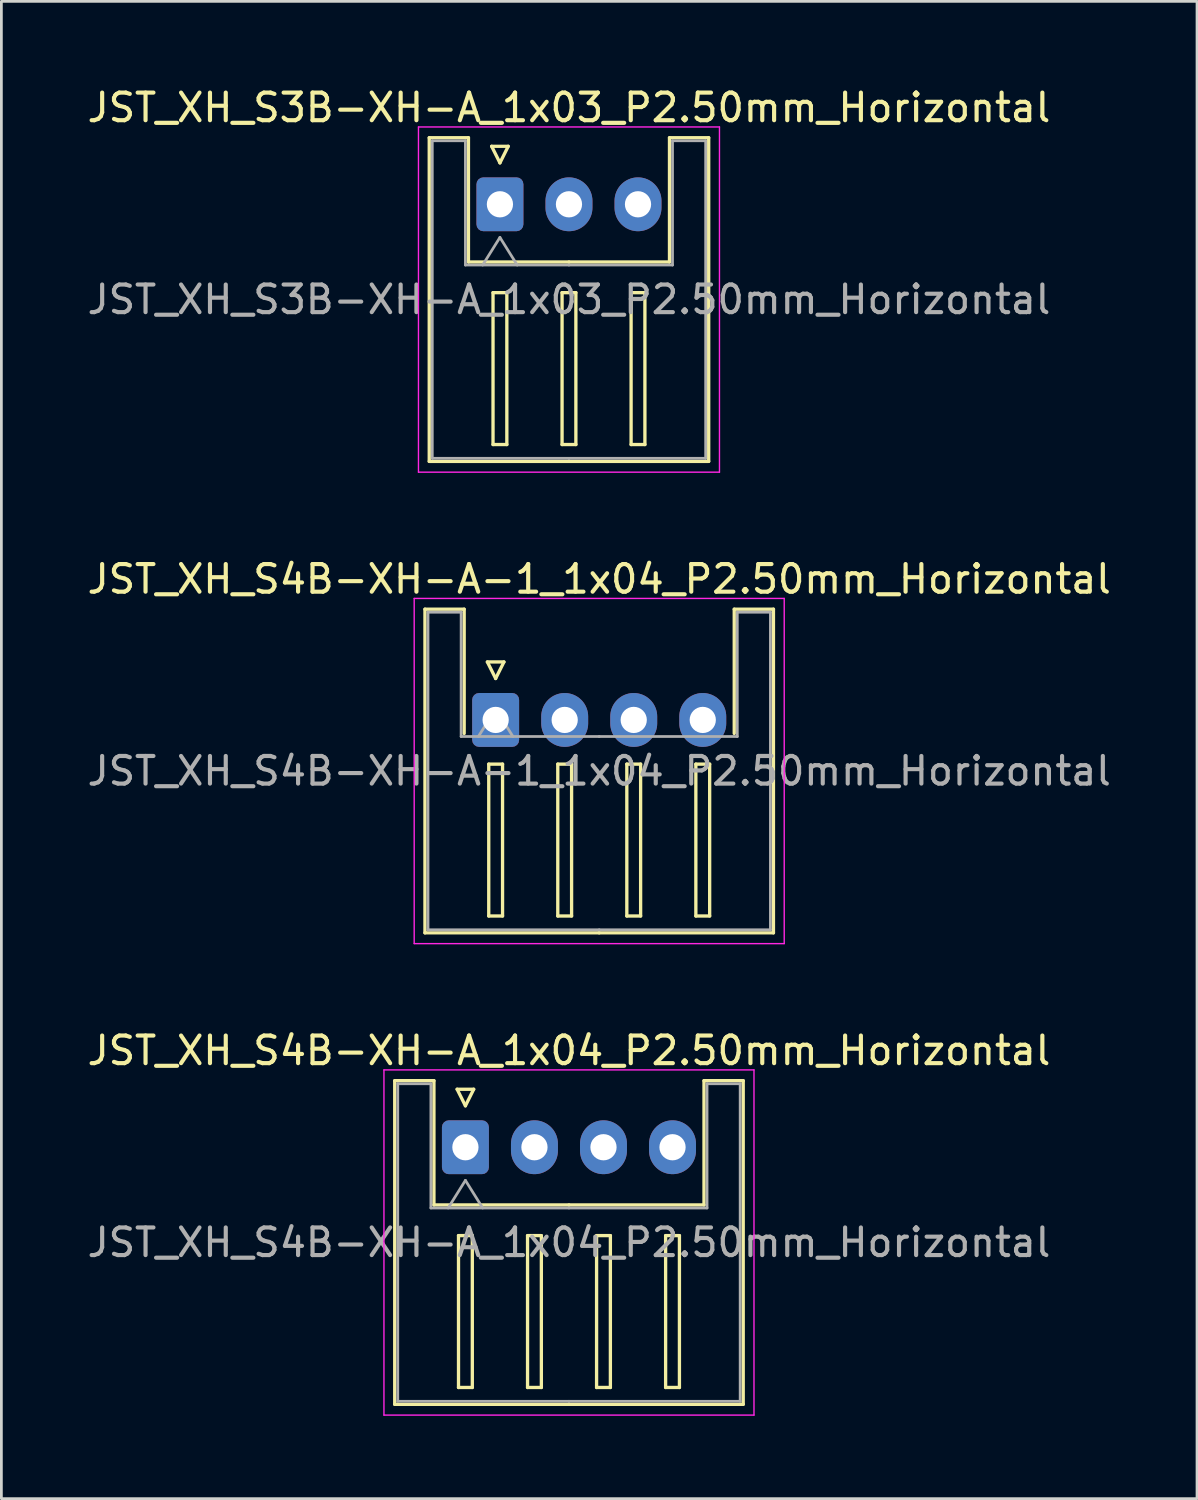
<source format=kicad_pcb>
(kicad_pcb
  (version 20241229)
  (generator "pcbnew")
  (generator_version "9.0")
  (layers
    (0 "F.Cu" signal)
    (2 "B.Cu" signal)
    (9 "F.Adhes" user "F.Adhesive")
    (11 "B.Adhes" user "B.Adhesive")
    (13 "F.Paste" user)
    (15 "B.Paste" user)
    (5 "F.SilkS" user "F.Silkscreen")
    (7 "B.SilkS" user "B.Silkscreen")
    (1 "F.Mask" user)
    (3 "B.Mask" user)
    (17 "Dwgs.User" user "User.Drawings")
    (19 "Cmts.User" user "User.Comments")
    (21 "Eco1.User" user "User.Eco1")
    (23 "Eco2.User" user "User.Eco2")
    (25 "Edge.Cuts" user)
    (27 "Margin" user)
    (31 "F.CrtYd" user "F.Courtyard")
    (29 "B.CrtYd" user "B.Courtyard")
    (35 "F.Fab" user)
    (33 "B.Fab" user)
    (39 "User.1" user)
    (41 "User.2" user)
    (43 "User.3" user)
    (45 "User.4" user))
  (footprint "JST_XH_S3B-XH-A_1x03_P2.50mm_Horizontal"
    (layer "F.Cu")
    (at 15.054 4.348)
    (property "Reference" "JST_XH_S3B-XH-A_1x03_P2.50mm_Horizontal" (at 2.5 -3.5 0) (layer "F.SilkS") (effects (font (size 1 1) (thickness 0.15))))
    (attr through_hole)
    (fp_line (start -2.56 -2.41) (end -1.14 -2.41) (stroke (width 0.12) (type solid)) (layer "F.SilkS"))
    (fp_line (start -2.56 9.31) (end -2.56 -2.41) (stroke (width 0.12) (type solid)) (layer "F.SilkS"))
    (fp_line (start -1.14 -2.41) (end -1.14 2.09) (stroke (width 0.12) (type solid)) (layer "F.SilkS"))
    (fp_line (start -1.14 2.09) (end 2.5 2.09) (stroke (width 0.12) (type solid)) (layer "F.SilkS"))
    (fp_line (start -0.3 -2.1) (end 0.3 -2.1) (stroke (width 0.12) (type solid)) (layer "F.SilkS"))
    (fp_line (start -0.25 3.2) (end -0.25 8.7) (stroke (width 0.12) (type solid)) (layer "F.SilkS"))
    (fp_line (start -0.25 8.7) (end 0.25 8.7) (stroke (width 0.12) (type solid)) (layer "F.SilkS"))
    (fp_line (start 0 -1.5) (end -0.3 -2.1) (stroke (width 0.12) (type solid)) (layer "F.SilkS"))
    (fp_line (start 0.25 3.2) (end -0.25 3.2) (stroke (width 0.12) (type solid)) (layer "F.SilkS"))
    (fp_line (start 0.25 8.7) (end 0.25 3.2) (stroke (width 0.12) (type solid)) (layer "F.SilkS"))
    (fp_line (start 0.3 -2.1) (end 0 -1.5) (stroke (width 0.12) (type solid)) (layer "F.SilkS"))
    (fp_line (start 2.25 3.2) (end 2.25 8.7) (stroke (width 0.12) (type solid)) (layer "F.SilkS"))
    (fp_line (start 2.25 8.7) (end 2.75 8.7) (stroke (width 0.12) (type solid)) (layer "F.SilkS"))
    (fp_line (start 2.5 9.31) (end -2.56 9.31) (stroke (width 0.12) (type solid)) (layer "F.SilkS"))
    (fp_line (start 2.5 9.31) (end 7.56 9.31) (stroke (width 0.12) (type solid)) (layer "F.SilkS"))
    (fp_line (start 2.75 3.2) (end 2.25 3.2) (stroke (width 0.12) (type solid)) (layer "F.SilkS"))
    (fp_line (start 2.75 8.7) (end 2.75 3.2) (stroke (width 0.12) (type solid)) (layer "F.SilkS"))
    (fp_line (start 4.75 3.2) (end 4.75 8.7) (stroke (width 0.12) (type solid)) (layer "F.SilkS"))
    (fp_line (start 4.75 8.7) (end 5.25 8.7) (stroke (width 0.12) (type solid)) (layer "F.SilkS"))
    (fp_line (start 5.25 3.2) (end 4.75 3.2) (stroke (width 0.12) (type solid)) (layer "F.SilkS"))
    (fp_line (start 5.25 8.7) (end 5.25 3.2) (stroke (width 0.12) (type solid)) (layer "F.SilkS"))
    (fp_line (start 6.14 -2.41) (end 6.14 2.09) (stroke (width 0.12) (type solid)) (layer "F.SilkS"))
    (fp_line (start 6.14 2.09) (end 2.5 2.09) (stroke (width 0.12) (type solid)) (layer "F.SilkS"))
    (fp_line (start 7.56 -2.41) (end 6.14 -2.41) (stroke (width 0.12) (type solid)) (layer "F.SilkS"))
    (fp_line (start 7.56 9.31) (end 7.56 -2.41) (stroke (width 0.12) (type solid)) (layer "F.SilkS"))
    (fp_line (start -2.95 -2.8) (end -2.95 9.7) (stroke (width 0.05) (type solid)) (layer "F.CrtYd"))
    (fp_line (start -2.95 9.7) (end 7.95 9.7) (stroke (width 0.05) (type solid)) (layer "F.CrtYd"))
    (fp_line (start 7.95 -2.8) (end -2.95 -2.8) (stroke (width 0.05) (type solid)) (layer "F.CrtYd"))
    (fp_line (start 7.95 9.7) (end 7.95 -2.8) (stroke (width 0.05) (type solid)) (layer "F.CrtYd"))
    (fp_line (start -2.45 -2.3) (end -1.25 -2.3) (stroke (width 0.1) (type solid)) (layer "F.Fab"))
    (fp_line (start -2.45 9.2) (end -2.45 -2.3) (stroke (width 0.1) (type solid)) (layer "F.Fab"))
    (fp_line (start -1.25 -2.3) (end -1.25 2.2) (stroke (width 0.1) (type solid)) (layer "F.Fab"))
    (fp_line (start -1.25 2.2) (end 2.5 2.2) (stroke (width 0.1) (type solid)) (layer "F.Fab"))
    (fp_line (start -0.625 2.2) (end 0 1.2) (stroke (width 0.1) (type solid)) (layer "F.Fab"))
    (fp_line (start 0 1.2) (end 0.625 2.2) (stroke (width 0.1) (type solid)) (layer "F.Fab"))
    (fp_line (start 2.5 9.2) (end -2.45 9.2) (stroke (width 0.1) (type solid)) (layer "F.Fab"))
    (fp_line (start 2.5 9.2) (end 7.45 9.2) (stroke (width 0.1) (type solid)) (layer "F.Fab"))
    (fp_line (start 6.25 -2.3) (end 6.25 2.2) (stroke (width 0.1) (type solid)) (layer "F.Fab"))
    (fp_line (start 6.25 2.2) (end 2.5 2.2) (stroke (width 0.1) (type solid)) (layer "F.Fab"))
    (fp_line (start 7.45 -2.3) (end 6.25 -2.3) (stroke (width 0.1) (type solid)) (layer "F.Fab"))
    (fp_line (start 7.45 9.2) (end 7.45 -2.3) (stroke (width 0.1) (type solid)) (layer "F.Fab"))
    (fp_text user "${REFERENCE}" (at 2.5 3.45 0) (layer "F.Fab") (effects (font (size 1 1) (thickness 0.15))))
    (pad "1" thru_hole roundrect (at 0 0) (size 1.7 1.95) (drill 0.95) (layers "*.Cu" "*.Mask") (roundrect_rratio 0.147))
    (pad "2" thru_hole oval (at 2.5 0) (size 1.7 1.95) (drill 0.95) (layers "*.Cu" "*.Mask"))
    (pad "3" thru_hole oval (at 5 0) (size 1.7 1.95) (drill 0.95) (layers "*.Cu" "*.Mask")))
  (footprint "JST_XH_S4B-XH-A-1_1x04_P2.50mm_Horizontal"
    (layer "F.Cu")
    (at 14.899 23.021)
    (property "Reference" "JST_XH_S4B-XH-A-1_1x04_P2.50mm_Horizontal" (at 3.75 -5.1 0) (layer "F.SilkS") (effects (font (size 1 1) (thickness 0.15))))
    (attr through_hole)
    (fp_line (start -2.56 -4.01) (end -1.14 -4.01) (stroke (width 0.12) (type solid)) (layer "F.SilkS"))
    (fp_line (start -2.56 7.71) (end -2.56 -4.01) (stroke (width 0.12) (type solid)) (layer "F.SilkS"))
    (fp_line (start -1.14 -4.01) (end -1.14 0.49) (stroke (width 0.12) (type solid)) (layer "F.SilkS"))
    (fp_line (start -0.3 -2.1) (end 0.3 -2.1) (stroke (width 0.12) (type solid)) (layer "F.SilkS"))
    (fp_line (start -0.25 1.6) (end -0.25 7.1) (stroke (width 0.12) (type solid)) (layer "F.SilkS"))
    (fp_line (start -0.25 7.1) (end 0.25 7.1) (stroke (width 0.12) (type solid)) (layer "F.SilkS"))
    (fp_line (start 0 -1.5) (end -0.3 -2.1) (stroke (width 0.12) (type solid)) (layer "F.SilkS"))
    (fp_line (start 0.25 1.6) (end -0.25 1.6) (stroke (width 0.12) (type solid)) (layer "F.SilkS"))
    (fp_line (start 0.25 7.1) (end 0.25 1.6) (stroke (width 0.12) (type solid)) (layer "F.SilkS"))
    (fp_line (start 0.3 -2.1) (end 0 -1.5) (stroke (width 0.12) (type solid)) (layer "F.SilkS"))
    (fp_line (start 2.25 1.6) (end 2.25 7.1) (stroke (width 0.12) (type solid)) (layer "F.SilkS"))
    (fp_line (start 2.25 7.1) (end 2.75 7.1) (stroke (width 0.12) (type solid)) (layer "F.SilkS"))
    (fp_line (start 2.75 1.6) (end 2.25 1.6) (stroke (width 0.12) (type solid)) (layer "F.SilkS"))
    (fp_line (start 2.75 7.1) (end 2.75 1.6) (stroke (width 0.12) (type solid)) (layer "F.SilkS"))
    (fp_line (start 3.75 7.71) (end -2.56 7.71) (stroke (width 0.12) (type solid)) (layer "F.SilkS"))
    (fp_line (start 3.75 7.71) (end 10.06 7.71) (stroke (width 0.12) (type solid)) (layer "F.SilkS"))
    (fp_line (start 4.75 1.6) (end 4.75 7.1) (stroke (width 0.12) (type solid)) (layer "F.SilkS"))
    (fp_line (start 4.75 7.1) (end 5.25 7.1) (stroke (width 0.12) (type solid)) (layer "F.SilkS"))
    (fp_line (start 5.25 1.6) (end 4.75 1.6) (stroke (width 0.12) (type solid)) (layer "F.SilkS"))
    (fp_line (start 5.25 7.1) (end 5.25 1.6) (stroke (width 0.12) (type solid)) (layer "F.SilkS"))
    (fp_line (start 7.25 1.6) (end 7.25 7.1) (stroke (width 0.12) (type solid)) (layer "F.SilkS"))
    (fp_line (start 7.25 7.1) (end 7.75 7.1) (stroke (width 0.12) (type solid)) (layer "F.SilkS"))
    (fp_line (start 7.75 1.6) (end 7.25 1.6) (stroke (width 0.12) (type solid)) (layer "F.SilkS"))
    (fp_line (start 7.75 7.1) (end 7.75 1.6) (stroke (width 0.12) (type solid)) (layer "F.SilkS"))
    (fp_line (start 8.64 -4.01) (end 8.64 0.49) (stroke (width 0.12) (type solid)) (layer "F.SilkS"))
    (fp_line (start 10.06 -4.01) (end 8.64 -4.01) (stroke (width 0.12) (type solid)) (layer "F.SilkS"))
    (fp_line (start 10.06 7.71) (end 10.06 -4.01) (stroke (width 0.12) (type solid)) (layer "F.SilkS"))
    (fp_line (start -2.95 -4.4) (end -2.95 8.1) (stroke (width 0.05) (type solid)) (layer "F.CrtYd"))
    (fp_line (start -2.95 8.1) (end 10.45 8.1) (stroke (width 0.05) (type solid)) (layer "F.CrtYd"))
    (fp_line (start 10.45 -4.4) (end -2.95 -4.4) (stroke (width 0.05) (type solid)) (layer "F.CrtYd"))
    (fp_line (start 10.45 8.1) (end 10.45 -4.4) (stroke (width 0.05) (type solid)) (layer "F.CrtYd"))
    (fp_line (start -2.45 -3.9) (end -1.25 -3.9) (stroke (width 0.1) (type solid)) (layer "F.Fab"))
    (fp_line (start -2.45 7.6) (end -2.45 -3.9) (stroke (width 0.1) (type solid)) (layer "F.Fab"))
    (fp_line (start -1.25 -3.9) (end -1.25 0.6) (stroke (width 0.1) (type solid)) (layer "F.Fab"))
    (fp_line (start -1.25 0.6) (end 3.75 0.6) (stroke (width 0.1) (type solid)) (layer "F.Fab"))
    (fp_line (start -0.625 0.6) (end 0 -0.4) (stroke (width 0.1) (type solid)) (layer "F.Fab"))
    (fp_line (start 0 -0.4) (end 0.625 0.6) (stroke (width 0.1) (type solid)) (layer "F.Fab"))
    (fp_line (start 3.75 7.6) (end -2.45 7.6) (stroke (width 0.1) (type solid)) (layer "F.Fab"))
    (fp_line (start 3.75 7.6) (end 9.95 7.6) (stroke (width 0.1) (type solid)) (layer "F.Fab"))
    (fp_line (start 8.75 -3.9) (end 8.75 0.6) (stroke (width 0.1) (type solid)) (layer "F.Fab"))
    (fp_line (start 8.75 0.6) (end 3.75 0.6) (stroke (width 0.1) (type solid)) (layer "F.Fab"))
    (fp_line (start 9.95 -3.9) (end 8.75 -3.9) (stroke (width 0.1) (type solid)) (layer "F.Fab"))
    (fp_line (start 9.95 7.6) (end 9.95 -3.9) (stroke (width 0.1) (type solid)) (layer "F.Fab"))
    (fp_text user "${REFERENCE}" (at 3.75 1.85 0) (layer "F.Fab") (effects (font (size 1 1) (thickness 0.15))))
    (pad "1" thru_hole roundrect (at 0 0) (size 1.7 1.95) (drill 0.95) (layers "*.Cu" "*.Mask") (roundrect_rratio 0.147))
    (pad "2" thru_hole oval (at 2.5 0) (size 1.7 1.95) (drill 0.95) (layers "*.Cu" "*.Mask"))
    (pad "3" thru_hole oval (at 5 0) (size 1.7 1.95) (drill 0.95) (layers "*.Cu" "*.Mask"))
    (pad "4" thru_hole oval (at 7.5 0) (size 1.7 1.95) (drill 0.95) (layers "*.Cu" "*.Mask")))
  (footprint "JST_XH_S4B-XH-A_1x04_P2.50mm_Horizontal"
    (layer "F.Cu")
    (at 13.804 38.495)
    (property "Reference" "JST_XH_S4B-XH-A_1x04_P2.50mm_Horizontal" (at 3.75 -3.5 0) (layer "F.SilkS") (effects (font (size 1 1) (thickness 0.15))))
    (attr through_hole)
    (fp_line (start -2.56 -2.41) (end -1.14 -2.41) (stroke (width 0.12) (type solid)) (layer "F.SilkS"))
    (fp_line (start -2.56 9.31) (end -2.56 -2.41) (stroke (width 0.12) (type solid)) (layer "F.SilkS"))
    (fp_line (start -1.14 -2.41) (end -1.14 2.09) (stroke (width 0.12) (type solid)) (layer "F.SilkS"))
    (fp_line (start -1.14 2.09) (end 3.75 2.09) (stroke (width 0.12) (type solid)) (layer "F.SilkS"))
    (fp_line (start -0.3 -2.1) (end 0.3 -2.1) (stroke (width 0.12) (type solid)) (layer "F.SilkS"))
    (fp_line (start -0.25 3.2) (end -0.25 8.7) (stroke (width 0.12) (type solid)) (layer "F.SilkS"))
    (fp_line (start -0.25 8.7) (end 0.25 8.7) (stroke (width 0.12) (type solid)) (layer "F.SilkS"))
    (fp_line (start 0 -1.5) (end -0.3 -2.1) (stroke (width 0.12) (type solid)) (layer "F.SilkS"))
    (fp_line (start 0.25 3.2) (end -0.25 3.2) (stroke (width 0.12) (type solid)) (layer "F.SilkS"))
    (fp_line (start 0.25 8.7) (end 0.25 3.2) (stroke (width 0.12) (type solid)) (layer "F.SilkS"))
    (fp_line (start 0.3 -2.1) (end 0 -1.5) (stroke (width 0.12) (type solid)) (layer "F.SilkS"))
    (fp_line (start 2.25 3.2) (end 2.25 8.7) (stroke (width 0.12) (type solid)) (layer "F.SilkS"))
    (fp_line (start 2.25 8.7) (end 2.75 8.7) (stroke (width 0.12) (type solid)) (layer "F.SilkS"))
    (fp_line (start 2.75 3.2) (end 2.25 3.2) (stroke (width 0.12) (type solid)) (layer "F.SilkS"))
    (fp_line (start 2.75 8.7) (end 2.75 3.2) (stroke (width 0.12) (type solid)) (layer "F.SilkS"))
    (fp_line (start 3.75 9.31) (end -2.56 9.31) (stroke (width 0.12) (type solid)) (layer "F.SilkS"))
    (fp_line (start 3.75 9.31) (end 10.06 9.31) (stroke (width 0.12) (type solid)) (layer "F.SilkS"))
    (fp_line (start 4.75 3.2) (end 4.75 8.7) (stroke (width 0.12) (type solid)) (layer "F.SilkS"))
    (fp_line (start 4.75 8.7) (end 5.25 8.7) (stroke (width 0.12) (type solid)) (layer "F.SilkS"))
    (fp_line (start 5.25 3.2) (end 4.75 3.2) (stroke (width 0.12) (type solid)) (layer "F.SilkS"))
    (fp_line (start 5.25 8.7) (end 5.25 3.2) (stroke (width 0.12) (type solid)) (layer "F.SilkS"))
    (fp_line (start 7.25 3.2) (end 7.25 8.7) (stroke (width 0.12) (type solid)) (layer "F.SilkS"))
    (fp_line (start 7.25 8.7) (end 7.75 8.7) (stroke (width 0.12) (type solid)) (layer "F.SilkS"))
    (fp_line (start 7.75 3.2) (end 7.25 3.2) (stroke (width 0.12) (type solid)) (layer "F.SilkS"))
    (fp_line (start 7.75 8.7) (end 7.75 3.2) (stroke (width 0.12) (type solid)) (layer "F.SilkS"))
    (fp_line (start 8.64 -2.41) (end 8.64 2.09) (stroke (width 0.12) (type solid)) (layer "F.SilkS"))
    (fp_line (start 8.64 2.09) (end 3.75 2.09) (stroke (width 0.12) (type solid)) (layer "F.SilkS"))
    (fp_line (start 10.06 -2.41) (end 8.64 -2.41) (stroke (width 0.12) (type solid)) (layer "F.SilkS"))
    (fp_line (start 10.06 9.31) (end 10.06 -2.41) (stroke (width 0.12) (type solid)) (layer "F.SilkS"))
    (fp_line (start -2.95 -2.8) (end -2.95 9.7) (stroke (width 0.05) (type solid)) (layer "F.CrtYd"))
    (fp_line (start -2.95 9.7) (end 10.45 9.7) (stroke (width 0.05) (type solid)) (layer "F.CrtYd"))
    (fp_line (start 10.45 -2.8) (end -2.95 -2.8) (stroke (width 0.05) (type solid)) (layer "F.CrtYd"))
    (fp_line (start 10.45 9.7) (end 10.45 -2.8) (stroke (width 0.05) (type solid)) (layer "F.CrtYd"))
    (fp_line (start -2.45 -2.3) (end -1.25 -2.3) (stroke (width 0.1) (type solid)) (layer "F.Fab"))
    (fp_line (start -2.45 9.2) (end -2.45 -2.3) (stroke (width 0.1) (type solid)) (layer "F.Fab"))
    (fp_line (start -1.25 -2.3) (end -1.25 2.2) (stroke (width 0.1) (type solid)) (layer "F.Fab"))
    (fp_line (start -1.25 2.2) (end 3.75 2.2) (stroke (width 0.1) (type solid)) (layer "F.Fab"))
    (fp_line (start -0.625 2.2) (end 0 1.2) (stroke (width 0.1) (type solid)) (layer "F.Fab"))
    (fp_line (start 0 1.2) (end 0.625 2.2) (stroke (width 0.1) (type solid)) (layer "F.Fab"))
    (fp_line (start 3.75 9.2) (end -2.45 9.2) (stroke (width 0.1) (type solid)) (layer "F.Fab"))
    (fp_line (start 3.75 9.2) (end 9.95 9.2) (stroke (width 0.1) (type solid)) (layer "F.Fab"))
    (fp_line (start 8.75 -2.3) (end 8.75 2.2) (stroke (width 0.1) (type solid)) (layer "F.Fab"))
    (fp_line (start 8.75 2.2) (end 3.75 2.2) (stroke (width 0.1) (type solid)) (layer "F.Fab"))
    (fp_line (start 9.95 -2.3) (end 8.75 -2.3) (stroke (width 0.1) (type solid)) (layer "F.Fab"))
    (fp_line (start 9.95 9.2) (end 9.95 -2.3) (stroke (width 0.1) (type solid)) (layer "F.Fab"))
    (fp_text user "${REFERENCE}" (at 3.75 3.45 0) (layer "F.Fab") (effects (font (size 1 1) (thickness 0.15))))
    (pad "1" thru_hole roundrect (at 0 0) (size 1.7 1.95) (drill 0.95) (layers "*.Cu" "*.Mask") (roundrect_rratio 0.147))
    (pad "2" thru_hole oval (at 2.5 0) (size 1.7 1.95) (drill 0.95) (layers "*.Cu" "*.Mask"))
    (pad "3" thru_hole oval (at 5 0) (size 1.7 1.95) (drill 0.95) (layers "*.Cu" "*.Mask"))
    (pad "4" thru_hole oval (at 7.5 0) (size 1.7 1.95) (drill 0.95) (layers "*.Cu" "*.Mask")))
  (gr_rect
    (start -3 -3)
    (end 40.298 51.22)
    (stroke (width 0.1) (type default))
    (fill no)
    (layer "Edge.Cuts")))
</source>
